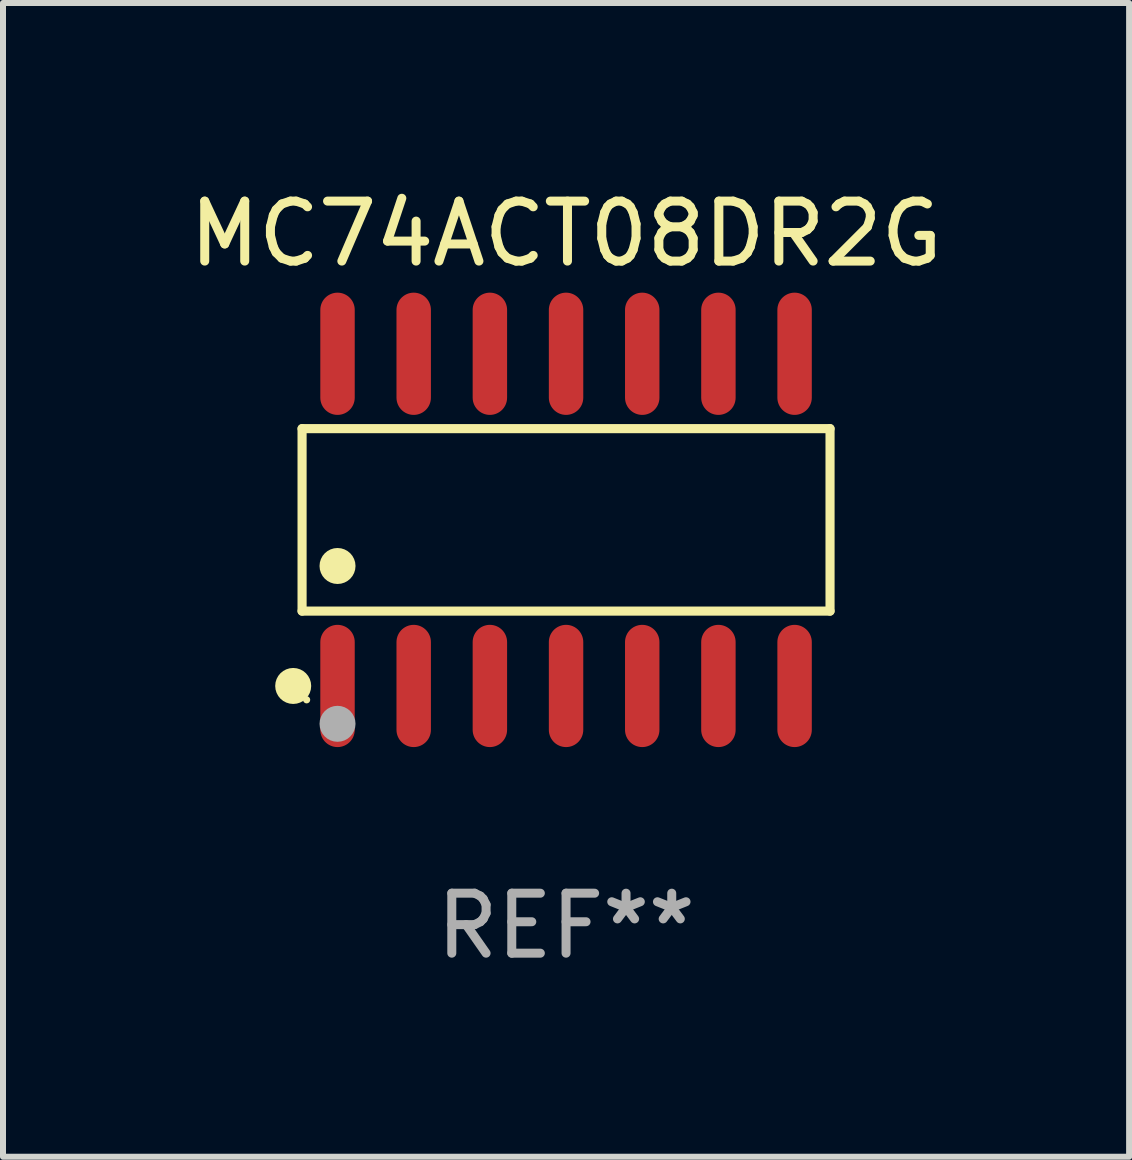
<source format=kicad_pcb>
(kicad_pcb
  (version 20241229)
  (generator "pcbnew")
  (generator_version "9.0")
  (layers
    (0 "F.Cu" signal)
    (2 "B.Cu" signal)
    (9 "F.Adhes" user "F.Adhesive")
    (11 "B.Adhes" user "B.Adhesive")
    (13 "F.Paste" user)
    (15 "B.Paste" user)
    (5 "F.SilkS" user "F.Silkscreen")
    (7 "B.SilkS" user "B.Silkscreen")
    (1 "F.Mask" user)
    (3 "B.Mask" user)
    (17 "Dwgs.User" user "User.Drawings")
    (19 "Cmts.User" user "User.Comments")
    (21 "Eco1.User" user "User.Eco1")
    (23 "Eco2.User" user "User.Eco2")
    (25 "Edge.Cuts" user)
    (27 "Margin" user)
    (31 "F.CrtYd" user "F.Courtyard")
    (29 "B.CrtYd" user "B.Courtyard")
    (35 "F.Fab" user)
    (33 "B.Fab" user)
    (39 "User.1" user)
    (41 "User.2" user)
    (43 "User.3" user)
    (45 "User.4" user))
  (footprint "MC74ACT08DR2G"
    (layer "F.Cu")
    (at 6.387 5.617)
    (property "Reference" "MC74ACT08DR2G" (at 0 -4.769 0) (layer "F.SilkS") (effects (font (size 1 1) (thickness 0.15))))
    (attr through_hole)
    (fp_line (start -4.401 -1.521) (end 4.401 -1.521) (stroke (width 0.152) (type solid)) (layer "F.SilkS"))
    (fp_line (start -4.401 1.521) (end -4.401 -1.521) (stroke (width 0.152) (type solid)) (layer "F.SilkS"))
    (fp_line (start 4.401 -1.521) (end 4.401 1.521) (stroke (width 0.152) (type solid)) (layer "F.SilkS"))
    (fp_line (start 4.401 1.521) (end -4.401 1.521) (stroke (width 0.152) (type solid)) (layer "F.SilkS"))
    (fp_circle (center -4.549 2.769) (end -4.399 2.769) (stroke (width 0.3) (type solid)) (fill no) (layer "F.SilkS"))
    (fp_circle (center -4.325 3) (end -4.295 3) (stroke (width 0.06) (type solid)) (fill no) (layer "F.SilkS"))
    (fp_circle (center -3.81 0.769) (end -3.66 0.769) (stroke (width 0.3) (type solid)) (fill no) (layer "F.SilkS"))
    (fp_circle (center -3.81 3.4) (end -3.66 3.4) (stroke (width 0.3) (type solid)) (fill no) (layer "F.Fab"))
    (fp_text user "REF**" (at 0 6.769 0) (layer "F.Fab") (effects (font (size 1 1) (thickness 0.15))))
    (pad "1" smd oval (at -3.81 2.769) (size 0.574 2.038) (layers "F.Cu" "F.Mask" "F.Paste"))
    (pad "2" smd oval (at -2.54 2.769) (size 0.574 2.038) (layers "F.Cu" "F.Mask" "F.Paste"))
    (pad "3" smd oval (at -1.27 2.769) (size 0.574 2.038) (layers "F.Cu" "F.Mask" "F.Paste"))
    (pad "4" smd oval (at 0 2.769) (size 0.574 2.038) (layers "F.Cu" "F.Mask" "F.Paste"))
    (pad "5" smd oval (at 1.27 2.769) (size 0.574 2.038) (layers "F.Cu" "F.Mask" "F.Paste"))
    (pad "6" smd oval (at 2.54 2.769) (size 0.574 2.038) (layers "F.Cu" "F.Mask" "F.Paste"))
    (pad "7" smd oval (at 3.81 2.769) (size 0.574 2.038) (layers "F.Cu" "F.Mask" "F.Paste"))
    (pad "8" smd oval (at 3.81 -2.769) (size 0.574 2.038) (layers "F.Cu" "F.Mask" "F.Paste"))
    (pad "9" smd oval (at 2.54 -2.769) (size 0.574 2.038) (layers "F.Cu" "F.Mask" "F.Paste"))
    (pad "10" smd oval (at 1.27 -2.769) (size 0.574 2.038) (layers "F.Cu" "F.Mask" "F.Paste"))
    (pad "11" smd oval (at 0 -2.769) (size 0.574 2.038) (layers "F.Cu" "F.Mask" "F.Paste"))
    (pad "12" smd oval (at -1.27 -2.769) (size 0.574 2.038) (layers "F.Cu" "F.Mask" "F.Paste"))
    (pad "13" smd oval (at -2.54 -2.769) (size 0.574 2.038) (layers "F.Cu" "F.Mask" "F.Paste"))
    (pad "14" smd oval (at -3.81 -2.769) (size 0.574 2.038) (layers "F.Cu" "F.Mask" "F.Paste")))
  (gr_rect
    (start -3 -3)
    (end 15.774 16.235)
    (stroke (width 0.1) (type default))
    (fill no)
    (layer "Edge.Cuts")))
</source>
